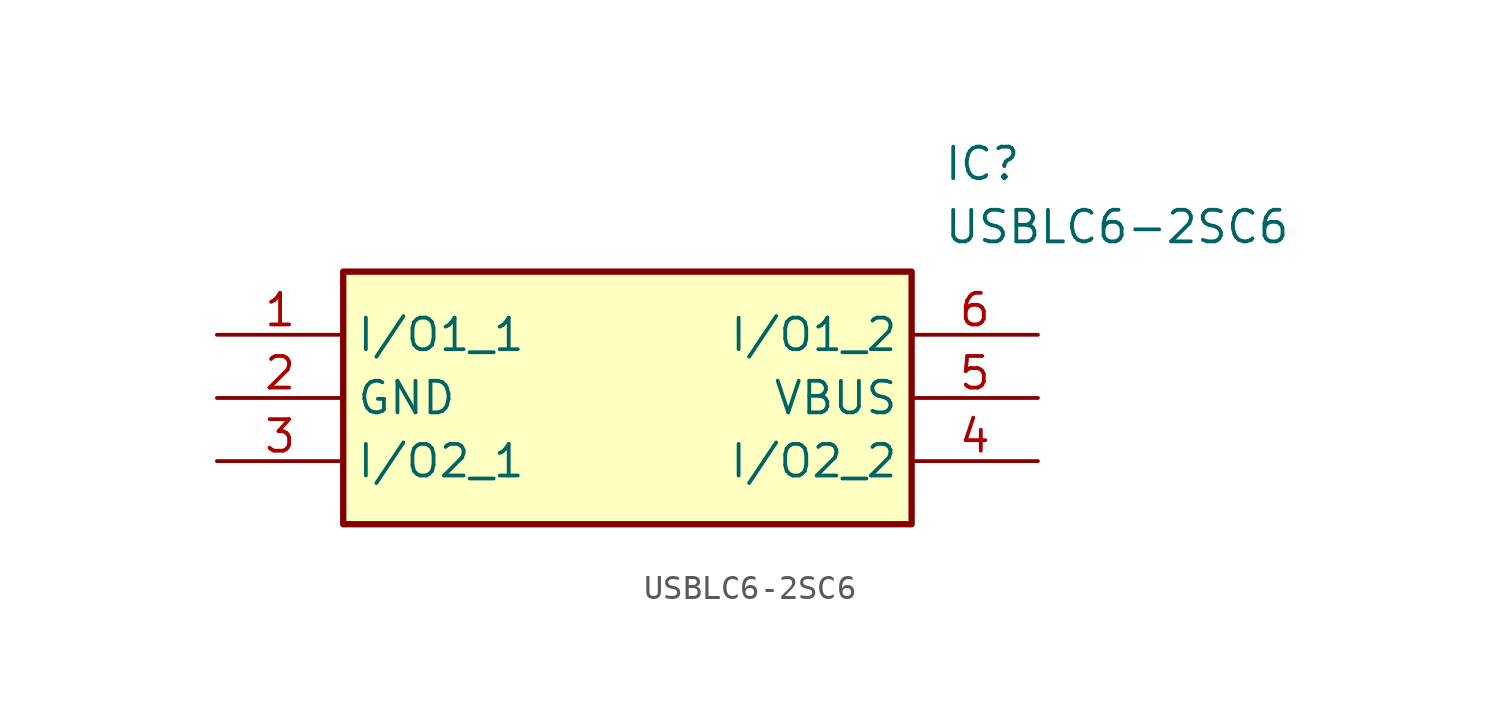
<source format=kicad_sym>
(kicad_symbol_lib
  (version 20211014)
  (generator SamacSys_ECAD_Model)
  (symbol "USBLC6-2SC6"
    (property "Reference" "IC"
      (at 29.21 7.62 0)
      (effects (font (size 1.27 1.27)) (justify left top)))
    (property "Value" "USBLC6-2SC6"
      (at 29.21 5.08 0)
      (effects (font (size 1.27 1.27)) (justify left top)))
    (rectangle
      (start 5.08 2.54)
      (end 27.94 -7.62)
      (stroke (width 0.254) (type default))
      (fill (type background)))
    (pin passive line
      (at 0 0 0)
      (length 5.08)
      (name "I/O1_1" (effects (font (size 1.27 1.27))))
      (number "1" (effects (font (size 1.27 1.27)))))
    (pin passive line
      (at 0 -2.54 0)
      (length 5.08)
      (name "GND" (effects (font (size 1.27 1.27))))
      (number "2" (effects (font (size 1.27 1.27)))))
    (pin passive line
      (at 0 -5.08 0)
      (length 5.08)
      (name "I/O2_1" (effects (font (size 1.27 1.27))))
      (number "3" (effects (font (size 1.27 1.27)))))
    (pin passive line
      (at 33.02 0 180)
      (length 5.08)
      (name "I/O1_2" (effects (font (size 1.27 1.27))))
      (number "6" (effects (font (size 1.27 1.27)))))
    (pin passive line
      (at 33.02 -2.54 180)
      (length 5.08)
      (name "VBUS" (effects (font (size 1.27 1.27))))
      (number "5" (effects (font (size 1.27 1.27)))))
    (pin passive line
      (at 33.02 -5.08 180)
      (length 5.08)
      (name "I/O2_2" (effects (font (size 1.27 1.27))))
      (number "4" (effects (font (size 1.27 1.27)))))))
</source>
